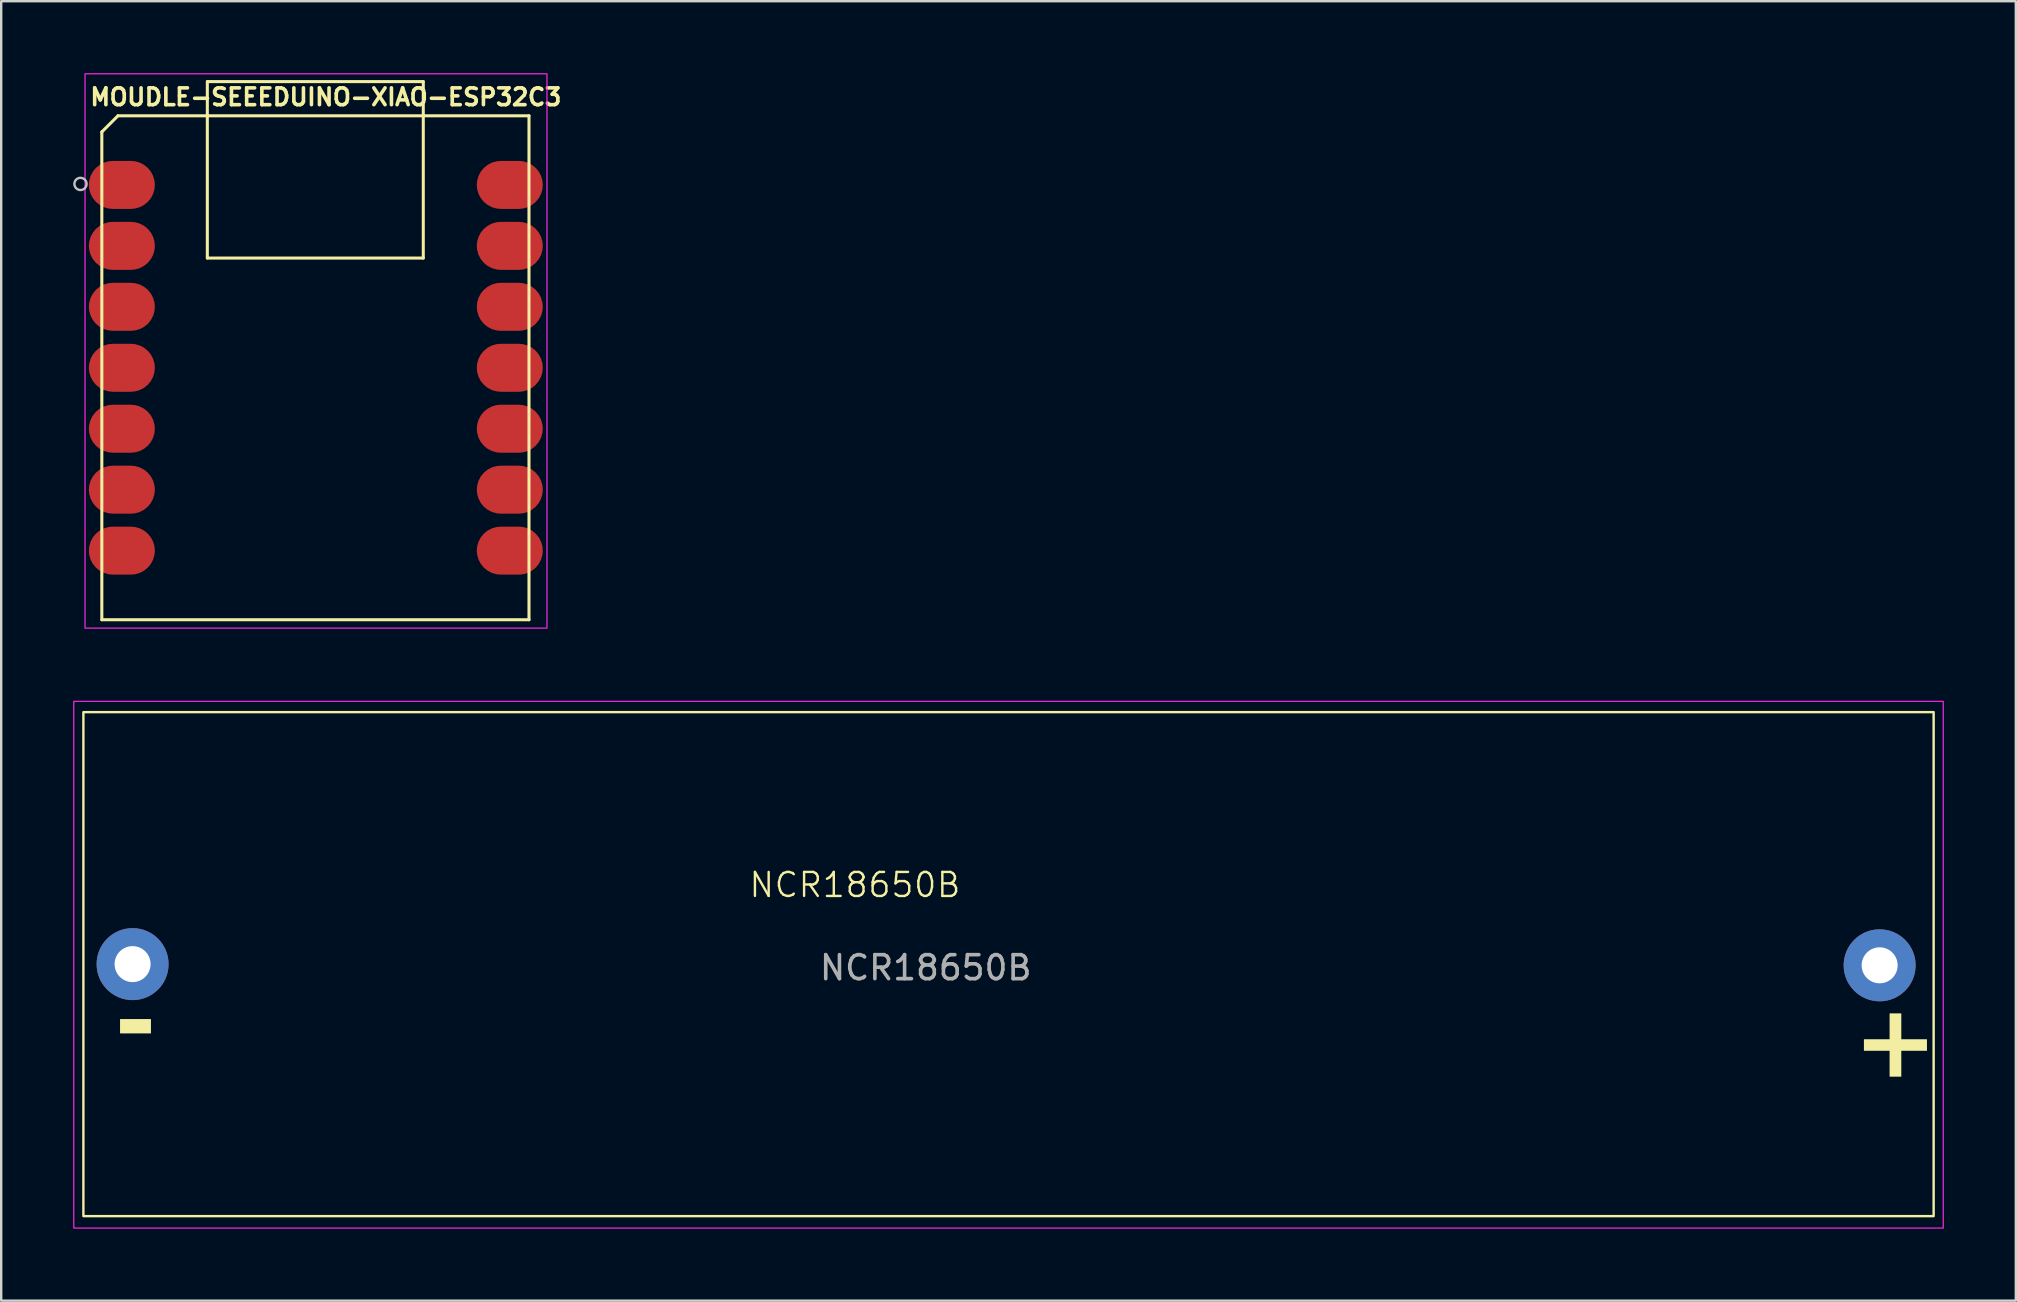
<source format=kicad_pcb>
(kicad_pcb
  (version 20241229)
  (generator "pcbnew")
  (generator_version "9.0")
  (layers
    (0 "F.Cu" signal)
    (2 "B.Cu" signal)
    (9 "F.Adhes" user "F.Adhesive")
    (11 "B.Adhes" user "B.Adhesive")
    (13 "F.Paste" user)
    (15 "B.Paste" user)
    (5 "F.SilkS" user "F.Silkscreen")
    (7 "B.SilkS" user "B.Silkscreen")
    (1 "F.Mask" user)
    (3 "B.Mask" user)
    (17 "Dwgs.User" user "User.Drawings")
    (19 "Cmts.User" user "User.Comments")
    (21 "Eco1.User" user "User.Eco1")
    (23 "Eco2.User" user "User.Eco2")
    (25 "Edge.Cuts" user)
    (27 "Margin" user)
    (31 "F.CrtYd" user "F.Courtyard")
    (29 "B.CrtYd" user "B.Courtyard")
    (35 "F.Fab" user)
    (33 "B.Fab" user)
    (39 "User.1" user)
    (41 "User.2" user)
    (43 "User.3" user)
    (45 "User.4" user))
  (footprint "MOUDLE-SEEEDUINO-XIAO-ESP32C3"
    (layer "F.Cu")
    (at 1.193 22.775)
    (property "Reference" "MOUDLE-SEEEDUINO-XIAO-ESP32C3" (at 9.335 -21.78 0) (layer "F.SilkS") (effects (font (size 0.7 0.7) (thickness 0.15))))
    (attr through_hole)
    (fp_line (start 0 -20.328) (end 0 0) (stroke (width 0.127) (type solid)) (layer "F.SilkS"))
    (fp_line (start 0 0) (end 17.8 0) (stroke (width 0.127) (type solid)) (layer "F.SilkS"))
    (fp_line (start 0.672 -21) (end 0 -20.328) (stroke (width 0.127) (type solid)) (layer "F.SilkS"))
    (fp_line (start 4.396 -15.072) (end 4.396 -22.425) (stroke (width 0.127) (type solid)) (layer "F.SilkS"))
    (fp_line (start 4.4 -22.424) (end 13.395 -22.424) (stroke (width 0.127) (type solid)) (layer "F.SilkS"))
    (fp_line (start 13.395 -22.424) (end 13.395 -15.072) (stroke (width 0.127) (type solid)) (layer "F.SilkS"))
    (fp_line (start 13.395 -15.072) (end 4.396 -15.072) (stroke (width 0.127) (type solid)) (layer "F.SilkS"))
    (fp_line (start 17.8 -21) (end 0.672 -21) (stroke (width 0.127) (type solid)) (layer "F.SilkS"))
    (fp_line (start 17.8 0) (end 17.8 -21) (stroke (width 0.127) (type solid)) (layer "F.SilkS"))
    (fp_circle (center -0.889 -18.161) (end -0.635 -18.161) (stroke (width 0.1) (type solid)) (fill no) (layer "Dwgs.User"))
    (fp_rect (start -0.7 -22.75) (end 18.55 0.35) (stroke (width 0.05) (type default)) (fill no) (layer "F.CrtYd"))
    (pad "1" smd roundrect (at 0.835 -18.12) (size 2.75 2) (layers "F.Cu" "F.Mask" "F.Paste") (roundrect_rratio 0.5))
    (pad "2" smd roundrect (at 0.835 -15.58) (size 2.75 2) (layers "F.Cu" "F.Mask" "F.Paste") (roundrect_rratio 0.5))
    (pad "3" smd roundrect (at 0.835 -13.04) (size 2.75 2) (layers "F.Cu" "F.Mask" "F.Paste") (roundrect_rratio 0.5))
    (pad "4" smd roundrect (at 0.835 -10.5) (size 2.75 2) (layers "F.Cu" "F.Mask" "F.Paste") (roundrect_rratio 0.5))
    (pad "5" smd roundrect (at 0.835 -7.96) (size 2.75 2) (layers "F.Cu" "F.Mask" "F.Paste") (roundrect_rratio 0.5))
    (pad "6" smd roundrect (at 0.835 -5.42) (size 2.75 2) (layers "F.Cu" "F.Mask" "F.Paste") (roundrect_rratio 0.5))
    (pad "7" smd roundrect (at 0.835 -2.88) (size 2.75 2) (layers "F.Cu" "F.Mask" "F.Paste") (roundrect_rratio 0.5))
    (pad "8" smd roundrect (at 17 -2.88) (size 2.75 2) (layers "F.Cu" "F.Mask" "F.Paste") (roundrect_rratio 0.5))
    (pad "9" smd roundrect (at 17 -5.42) (size 2.75 2) (layers "F.Cu" "F.Mask" "F.Paste") (roundrect_rratio 0.5))
    (pad "10" smd roundrect (at 17 -7.96) (size 2.75 2) (layers "F.Cu" "F.Mask" "F.Paste") (roundrect_rratio 0.5))
    (pad "11" smd roundrect (at 17 -10.5) (size 2.75 2) (layers "F.Cu" "F.Mask" "F.Paste") (roundrect_rratio 0.5))
    (pad "12" smd roundrect (at 17 -13.04) (size 2.75 2) (layers "F.Cu" "F.Mask" "F.Paste") (roundrect_rratio 0.5))
    (pad "13" smd roundrect (at 17 -15.58) (size 2.75 2) (layers "F.Cu" "F.Mask" "F.Paste") (roundrect_rratio 0.5))
    (pad "14" smd roundrect (at 17 -18.12) (size 2.75 2) (layers "F.Cu" "F.Mask" "F.Paste") (roundrect_rratio 0.5))
    (zone (net_name "") (layer "F.Cu") (hatch full 0.508) (connect_pads) (min_thickness 0.01) (filled_areas_thickness no) (keepout (tracks not_allowed) (vias not_allowed) (pads not_allowed) (copperpour not_allowed) (footprints allowed)) (placement (enabled no)) (fill) (polygon (pts (xy 4.178 10.011) (xy 7.098 10.011) (xy 7.098 12.043) (xy 4.178 12.043))))
    (zone (net_name "") (layer "F.Cu") (hatch full 0.508) (connect_pads) (min_thickness 0.01) (filled_areas_thickness no) (keepout (tracks not_allowed) (vias not_allowed) (pads not_allowed) (copperpour not_allowed) (footprints allowed)) (placement (enabled no)) (fill) (polygon (pts (xy 4.876 1.693) (xy 6.654 1.693) (xy 6.654 4.36) (xy 4.876 4.36))))
    (zone (net_name "") (layer "F.Cu") (hatch full 0.508) (connect_pads) (min_thickness 0.01) (filled_areas_thickness no) (keepout (tracks not_allowed) (vias not_allowed) (pads not_allowed) (copperpour not_allowed) (footprints allowed)) (placement (enabled no)) (fill) (polygon (pts (xy 4.876 5.757) (xy 6.654 5.757) (xy 6.654 8.424) (xy 4.876 8.424))))
    (zone (net_name "") (layer "F.Cu") (hatch full 0.508) (connect_pads) (min_thickness 0.01) (filled_areas_thickness no) (keepout (tracks not_allowed) (vias not_allowed) (pads not_allowed) (copperpour not_allowed) (footprints allowed)) (placement (enabled no)) (fill) (polygon (pts (xy 7.543 2.455) (xy 12.75 2.455) (xy 12.75 9.44) (xy 7.543 9.44))))
    (zone (net_name "") (layer "F.Cu") (hatch full 0.508) (connect_pads) (min_thickness 0.01) (filled_areas_thickness no) (keepout (tracks not_allowed) (vias not_allowed) (pads not_allowed) (copperpour not_allowed) (footprints allowed)) (placement (enabled no)) (fill) (polygon (pts (xy 7.543 19.6) (xy 13.258 19.6) (xy 13.258 22.14) (xy 7.543 22.14))))
    (zone (net_name "") (layer "F.Cu") (hatch full 0.508) (connect_pads) (min_thickness 0.01) (filled_areas_thickness no) (keepout (tracks not_allowed) (vias not_allowed) (pads not_allowed) (copperpour not_allowed) (footprints allowed)) (placement (enabled no)) (fill) (polygon (pts (xy 10.972 11.472) (xy 14.02 11.472) (xy 14.02 14.52) (xy 10.972 14.52))))
    (zone (net_name "") (layer "F.Cu") (hatch full 0.508) (connect_pads) (min_thickness 0.01) (filled_areas_thickness no) (keepout (tracks not_allowed) (vias not_allowed) (pads not_allowed) (copperpour not_allowed) (footprints allowed)) (placement (enabled no)) (fill) (polygon (pts (xy 13.512 1.693) (xy 15.29 1.693) (xy 15.29 4.36) (xy 13.512 4.36))))
    (zone (net_name "") (layer "F.Cu") (hatch full 0.508) (connect_pads) (min_thickness 0.01) (filled_areas_thickness no) (keepout (tracks not_allowed) (vias not_allowed) (pads not_allowed) (copperpour not_allowed) (footprints allowed)) (placement (enabled no)) (fill) (polygon (pts (xy 13.512 5.757) (xy 15.29 5.757) (xy 15.29 8.424) (xy 13.512 8.424)))))
  (footprint "NCR18650B"
    (layer "F.Cu")
    (at 38.975 37.125)
    (property "Reference" "NCR18650B" (at -6.4 -3.3 0) (unlocked yes) (layer "F.SilkS") (effects (font (size 1 1) (thickness 0.1))))
    (attr through_hole)
    (fp_rect (start -38.55 -10.5) (end 38.55 10.5) (stroke (width 0.1) (type solid)) (fill no) (layer "F.SilkS"))
    (fp_rect (start -38.95 -10.95) (end 38.95 11) (stroke (width 0.05) (type default)) (fill no) (layer "F.CrtYd"))
    (fp_text user "-" (at -37.25 4.3 0) (unlocked yes) (layer "F.SilkS") (effects (font (face "Arial") (size 3 3) (thickness 0.6) (bold yes)) (justify left bottom)))
    (fp_text user "+" (at 35.2 5.2 0) (unlocked yes) (layer "F.SilkS") (effects (font (face "Arial") (size 3 3) (thickness 0.2) (bold yes)) (justify left bottom)))
    (fp_text user "${REFERENCE}" (at -3.45 0.15 0) (unlocked yes) (layer "F.Fab") (effects (font (size 1 1) (thickness 0.15))))
    (pad "1" thru_hole oval (at 36.3 0.05) (size 3 3) (drill 1.5) (layers "*.Cu" "*.Mask"))
    (pad "2" thru_hole oval (at -36.5 0) (size 3 3) (drill 1.5) (layers "*.Cu" "*.Mask")))
  (gr_rect
    (start -3 -3)
    (end 80.95 51.15)
    (stroke (width 0.1) (type default))
    (fill no)
    (layer "Edge.Cuts")))
</source>
